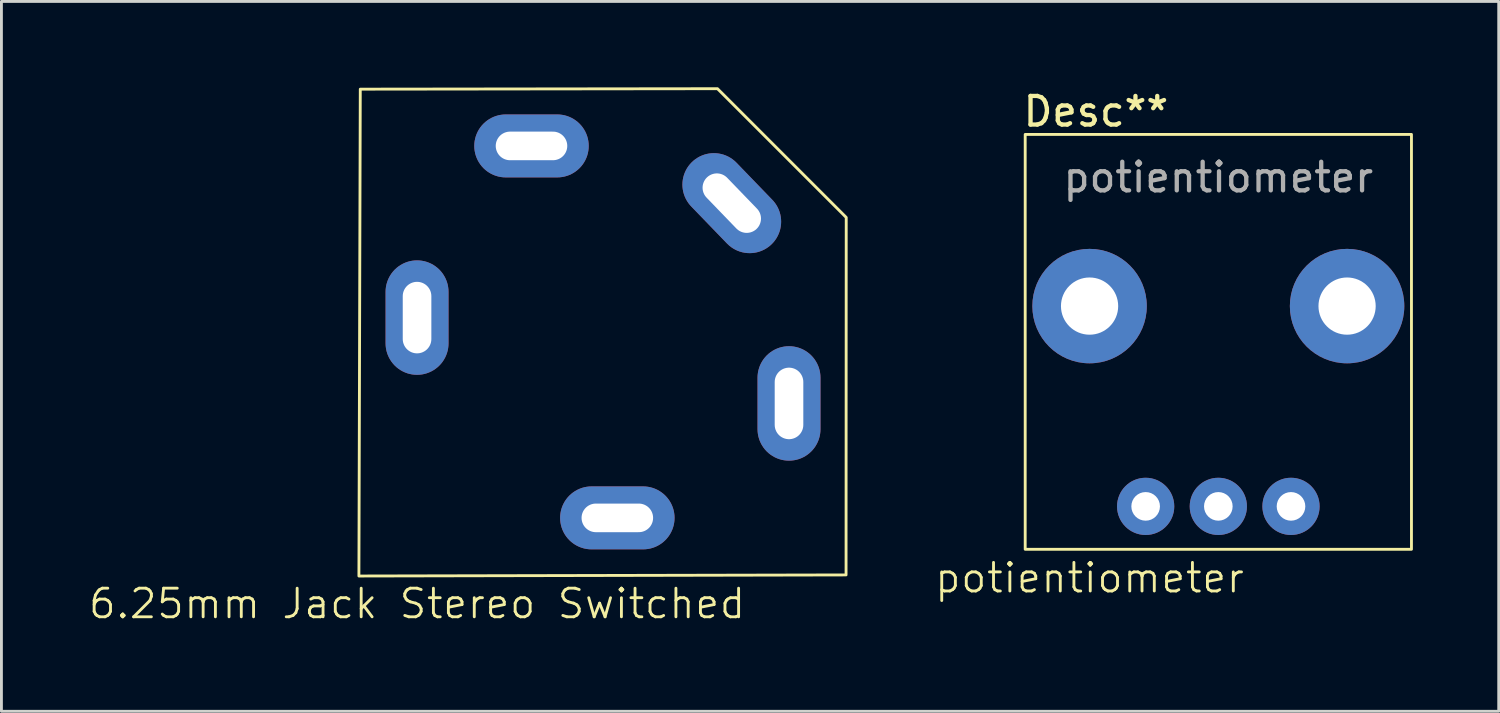
<source format=kicad_pcb>
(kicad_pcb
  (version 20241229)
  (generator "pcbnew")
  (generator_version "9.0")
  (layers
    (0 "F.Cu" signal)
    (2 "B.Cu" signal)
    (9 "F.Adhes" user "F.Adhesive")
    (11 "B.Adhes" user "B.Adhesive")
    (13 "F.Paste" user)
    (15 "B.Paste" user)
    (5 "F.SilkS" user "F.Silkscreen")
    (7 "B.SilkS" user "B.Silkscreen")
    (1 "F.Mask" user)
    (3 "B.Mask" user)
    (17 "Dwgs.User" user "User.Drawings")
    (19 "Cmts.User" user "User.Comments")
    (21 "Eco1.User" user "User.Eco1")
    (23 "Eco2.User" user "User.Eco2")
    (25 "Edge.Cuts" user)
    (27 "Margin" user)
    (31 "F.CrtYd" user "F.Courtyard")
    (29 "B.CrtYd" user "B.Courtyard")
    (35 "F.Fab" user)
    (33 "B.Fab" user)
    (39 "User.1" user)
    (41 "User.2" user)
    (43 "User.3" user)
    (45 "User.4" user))
  (footprint "potientiometer"
    (layer "F.Cu")
    (at 39.531 7.648)
    (property "Reference" "potientiometer" (at -4.5 9.5 0) (unlocked yes) (layer "F.SilkS") (effects (font (size 1 1) (thickness 0.1))))
    (property "Description" "Desc**" (at -6.9 -6.8 0) (unlocked yes) (layer "F.SilkS") (effects (font (size 1 1) (thickness 0.15)) (justify left)))
    (attr through_hole)
    (fp_rect (start -6.75 -6) (end 6.75 8.5) (stroke (width 0.1) (type solid)) (fill no) (layer "F.SilkS"))
    (fp_text user "${REFERENCE}" (at 0 -4.5 0) (unlocked yes) (layer "F.Fab") (effects (font (size 1 1) (thickness 0.15))))
    (pad "" thru_hole circle (at -4.5 0) (size 4 4) (drill 2) (layers "*.Cu" "*.Mask"))
    (pad "" thru_hole circle (at 4.5 0) (size 4 4) (drill 2) (layers "*.Cu" "*.Mask"))
    (pad "1" thru_hole circle (at -2.54 7) (size 2 2) (drill 1) (layers "*.Cu" "*.Mask"))
    (pad "2" thru_hole circle (at 0 7) (size 2 2) (drill 1) (layers "*.Cu" "*.Mask"))
    (pad "3" thru_hole circle (at 2.54 7) (size 2 2) (drill 1) (layers "*.Cu" "*.Mask")))
  (footprint "6.25mm Jack Stereo Switched"
    (layer "F.Cu")
    (at 11.526 15.05)
    (property "Reference" "6.25mm Jack Stereo Switched" (at 0 3 0) (unlocked yes) (layer "F.SilkS") (effects (font (size 1 1) (thickness 0.1))))
    (attr through_hole)
    (fp_poly (pts (xy -2.032 2.032) (xy 14.994 1.994) (xy 15 -10.5) (xy 10.5 -15) (xy -1.984 -14.984)) (stroke (width 0.1) (type solid)) (fill no) (layer "F.SilkS"))
    (pad "R" thru_hole oval (at 0 -7 90) (size 4 2.2) (drill oval 2.5 1) (layers "*.Cu" "*.Mask"))
    (pad "RN" thru_hole oval (at 4 -13) (size 4 2.2) (drill oval 2.5 1) (layers "*.Cu" "*.Mask"))
    (pad "S" thru_hole oval (at 11 -11 134) (size 4 2.2) (drill oval 2.5 1) (layers "*.Cu" "*.Mask"))
    (pad "T" thru_hole oval (at 7 0) (size 4 2.2) (drill oval 2.5 1) (layers "*.Cu" "*.Mask"))
    (pad "TN" thru_hole oval (at 13 -4 90) (size 4 2.2) (drill oval 2.5 1) (layers "*.Cu" "*.Mask")))
  (gr_rect
    (start -3 -3)
    (end 49.331 21.811)
    (stroke (width 0.1) (type default))
    (fill no)
    (layer "Edge.Cuts")))
</source>
